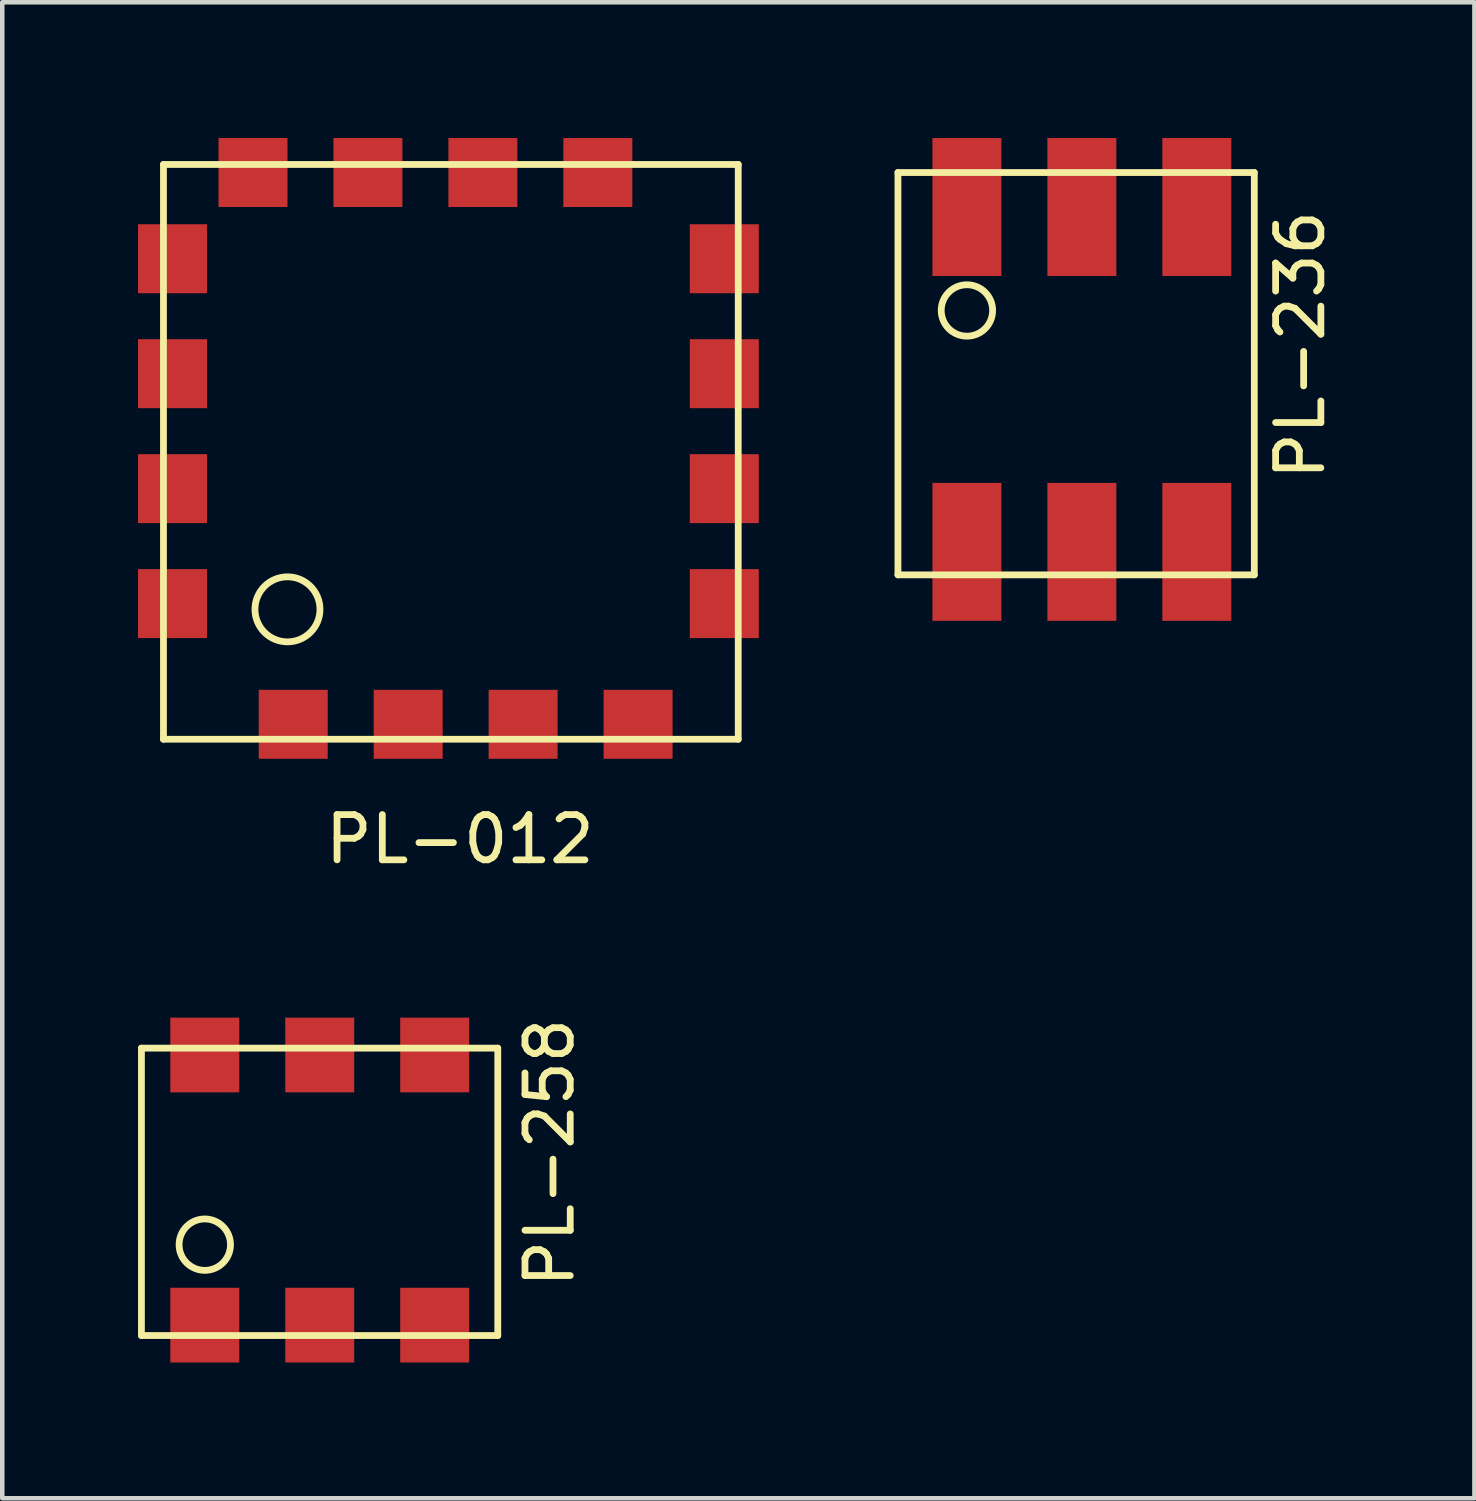
<source format=kicad_pcb>
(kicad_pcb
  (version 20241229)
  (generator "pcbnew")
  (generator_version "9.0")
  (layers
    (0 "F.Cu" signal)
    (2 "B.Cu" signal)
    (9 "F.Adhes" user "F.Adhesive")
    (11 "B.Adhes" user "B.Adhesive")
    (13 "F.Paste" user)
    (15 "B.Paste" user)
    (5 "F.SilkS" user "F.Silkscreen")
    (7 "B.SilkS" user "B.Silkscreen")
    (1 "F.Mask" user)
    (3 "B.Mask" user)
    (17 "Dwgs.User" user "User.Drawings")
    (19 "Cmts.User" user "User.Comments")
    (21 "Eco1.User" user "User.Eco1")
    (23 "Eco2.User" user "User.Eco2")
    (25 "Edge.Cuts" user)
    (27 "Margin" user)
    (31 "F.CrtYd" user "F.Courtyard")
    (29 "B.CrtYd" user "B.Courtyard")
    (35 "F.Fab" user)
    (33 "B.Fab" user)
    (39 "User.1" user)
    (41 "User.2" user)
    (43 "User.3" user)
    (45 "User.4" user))
  (footprint "PL-236"
    (layer "F.Cu")
    (at 18.315 1.524)
    (property "Reference" "PL-236" (at 7.366 3.048 90) (layer "F.SilkS") (effects (font (size 1 1) (thickness 0.15))))
    (attr through_hole)
    (fp_line (start -1.524 -0.762) (end -1.524 8.128) (stroke (width 0.15) (type solid)) (layer "F.SilkS"))
    (fp_line (start -1.524 -0.762) (end 6.35 -0.762) (stroke (width 0.15) (type solid)) (layer "F.SilkS"))
    (fp_line (start -1.524 8.128) (end 6.35 8.128) (stroke (width 0.15) (type solid)) (layer "F.SilkS"))
    (fp_line (start 6.35 -0.762) (end 6.35 8.128) (stroke (width 0.15) (type solid)) (layer "F.SilkS"))
    (fp_circle (center 0 2.286) (end 0.254 2.794) (stroke (width 0.15) (type solid)) (fill no) (layer "F.SilkS"))
    (pad "1" smd rect (at 0 0) (size 1.524 3.048) (layers "F.Cu" "F.Mask" "F.Paste"))
    (pad "2" smd rect (at 2.54 0) (size 1.524 3.048) (layers "F.Cu" "F.Mask" "F.Paste"))
    (pad "3" smd rect (at 5.08 0) (size 1.524 3.048) (layers "F.Cu" "F.Mask" "F.Paste"))
    (pad "4" smd rect (at 5.08 7.62) (size 1.524 3.048) (layers "F.Cu" "F.Mask" "F.Paste"))
    (pad "5" smd rect (at 2.54 7.62) (size 1.524 3.048) (layers "F.Cu" "F.Mask" "F.Paste"))
    (pad "6" smd rect (at 0 7.62) (size 1.524 3.048) (layers "F.Cu" "F.Mask" "F.Paste")))
  (footprint "PL-012"
    (layer "F.Cu")
    (at 0.762 12.954)
    (property "Reference" "PL-012" (at 6.35 2.54 0) (layer "F.SilkS") (effects (font (size 1 1) (thickness 0.15))))
    (attr through_hole)
    (fp_line (start -0.2 -12.37) (end -0.2 0.33) (stroke (width 0.15) (type solid)) (layer "F.SilkS"))
    (fp_line (start -0.2 -12.37) (end 12.5 -12.37) (stroke (width 0.15) (type solid)) (layer "F.SilkS"))
    (fp_line (start -0.2 0.33) (end 12.5 0.33) (stroke (width 0.15) (type solid)) (layer "F.SilkS"))
    (fp_line (start 12.5 0.33) (end 12.5 -12.37) (stroke (width 0.15) (type solid)) (layer "F.SilkS"))
    (fp_circle (center 2.54 -2.54) (end 3.048 -2.032) (stroke (width 0.15) (type solid)) (fill no) (layer "F.SilkS"))
    (pad "1" smd rect (at 2.667 0) (size 1.524 1.524) (layers "F.Cu" "F.Mask" "F.Paste"))
    (pad "2" smd rect (at 5.207 0) (size 1.524 1.524) (layers "F.Cu" "F.Mask" "F.Paste"))
    (pad "3" smd rect (at 7.747 0) (size 1.524 1.524) (layers "F.Cu" "F.Mask" "F.Paste"))
    (pad "4" smd rect (at 10.287 0) (size 1.524 1.524) (layers "F.Cu" "F.Mask" "F.Paste"))
    (pad "5" smd rect (at 12.192 -2.667) (size 1.524 1.524) (layers "F.Cu" "F.Mask" "F.Paste"))
    (pad "6" smd rect (at 12.192 -5.207) (size 1.524 1.524) (layers "F.Cu" "F.Mask" "F.Paste"))
    (pad "7" smd rect (at 12.192 -7.747) (size 1.524 1.524) (layers "F.Cu" "F.Mask" "F.Paste"))
    (pad "8" smd rect (at 12.192 -10.287) (size 1.524 1.524) (layers "F.Cu" "F.Mask" "F.Paste"))
    (pad "9" smd rect (at 9.398 -12.192) (size 1.524 1.524) (layers "F.Cu" "F.Mask" "F.Paste"))
    (pad "10" smd rect (at 6.858 -12.192) (size 1.524 1.524) (layers "F.Cu" "F.Mask" "F.Paste"))
    (pad "11" smd rect (at 4.318 -12.192) (size 1.524 1.524) (layers "F.Cu" "F.Mask" "F.Paste"))
    (pad "12" smd rect (at 1.778 -12.192) (size 1.524 1.524) (layers "F.Cu" "F.Mask" "F.Paste"))
    (pad "13" smd rect (at 0 -10.287) (size 1.524 1.524) (layers "F.Cu" "F.Mask" "F.Paste"))
    (pad "14" smd rect (at 0 -7.747) (size 1.524 1.524) (layers "F.Cu" "F.Mask" "F.Paste"))
    (pad "15" smd rect (at 0 -5.207) (size 1.524 1.524) (layers "F.Cu" "F.Mask" "F.Paste"))
    (pad "16" smd rect (at 0 -2.667) (size 1.524 1.524) (layers "F.Cu" "F.Mask" "F.Paste")))
  (footprint "PL-258"
    (layer "F.Cu")
    (at 1.475 26.23)
    (property "Reference" "PL-258" (at 7.62 -3.81 90) (layer "F.SilkS") (effects (font (size 1 1) (thickness 0.15))))
    (attr through_hole)
    (fp_line (start -1.4 -6.12) (end -1.4 0.23) (stroke (width 0.15) (type solid)) (layer "F.SilkS"))
    (fp_line (start -1.4 -6.12) (end 6.474 -6.12) (stroke (width 0.15) (type solid)) (layer "F.SilkS"))
    (fp_line (start -1.4 0.23) (end 6.474 0.23) (stroke (width 0.15) (type solid)) (layer "F.SilkS"))
    (fp_line (start 6.474 -6.12) (end 6.474 0.23) (stroke (width 0.15) (type solid)) (layer "F.SilkS"))
    (fp_circle (center 0 -1.778) (end 0.508 -1.524) (stroke (width 0.15) (type solid)) (fill no) (layer "F.SilkS"))
    (pad "1" smd rect (at 0 -5.969) (size 1.524 1.651) (layers "F.Cu" "F.Mask" "F.Paste"))
    (pad "2" smd rect (at 2.54 -5.969) (size 1.524 1.651) (layers "F.Cu" "F.Mask" "F.Paste"))
    (pad "3" smd rect (at 5.08 -5.969) (size 1.524 1.651) (layers "F.Cu" "F.Mask" "F.Paste"))
    (pad "4" smd rect (at 5.08 0) (size 1.524 1.651) (layers "F.Cu" "F.Mask" "F.Paste"))
    (pad "5" smd rect (at 2.54 0) (size 1.524 1.651) (layers "F.Cu" "F.Mask" "F.Paste"))
    (pad "6" smd rect (at 0 0) (size 1.524 1.651) (layers "F.Cu" "F.Mask" "F.Paste")))
  (gr_rect
    (start -3 -3)
    (end 29.529 30.055)
    (stroke (width 0.1) (type default))
    (fill no)
    (layer "Edge.Cuts")))
</source>
